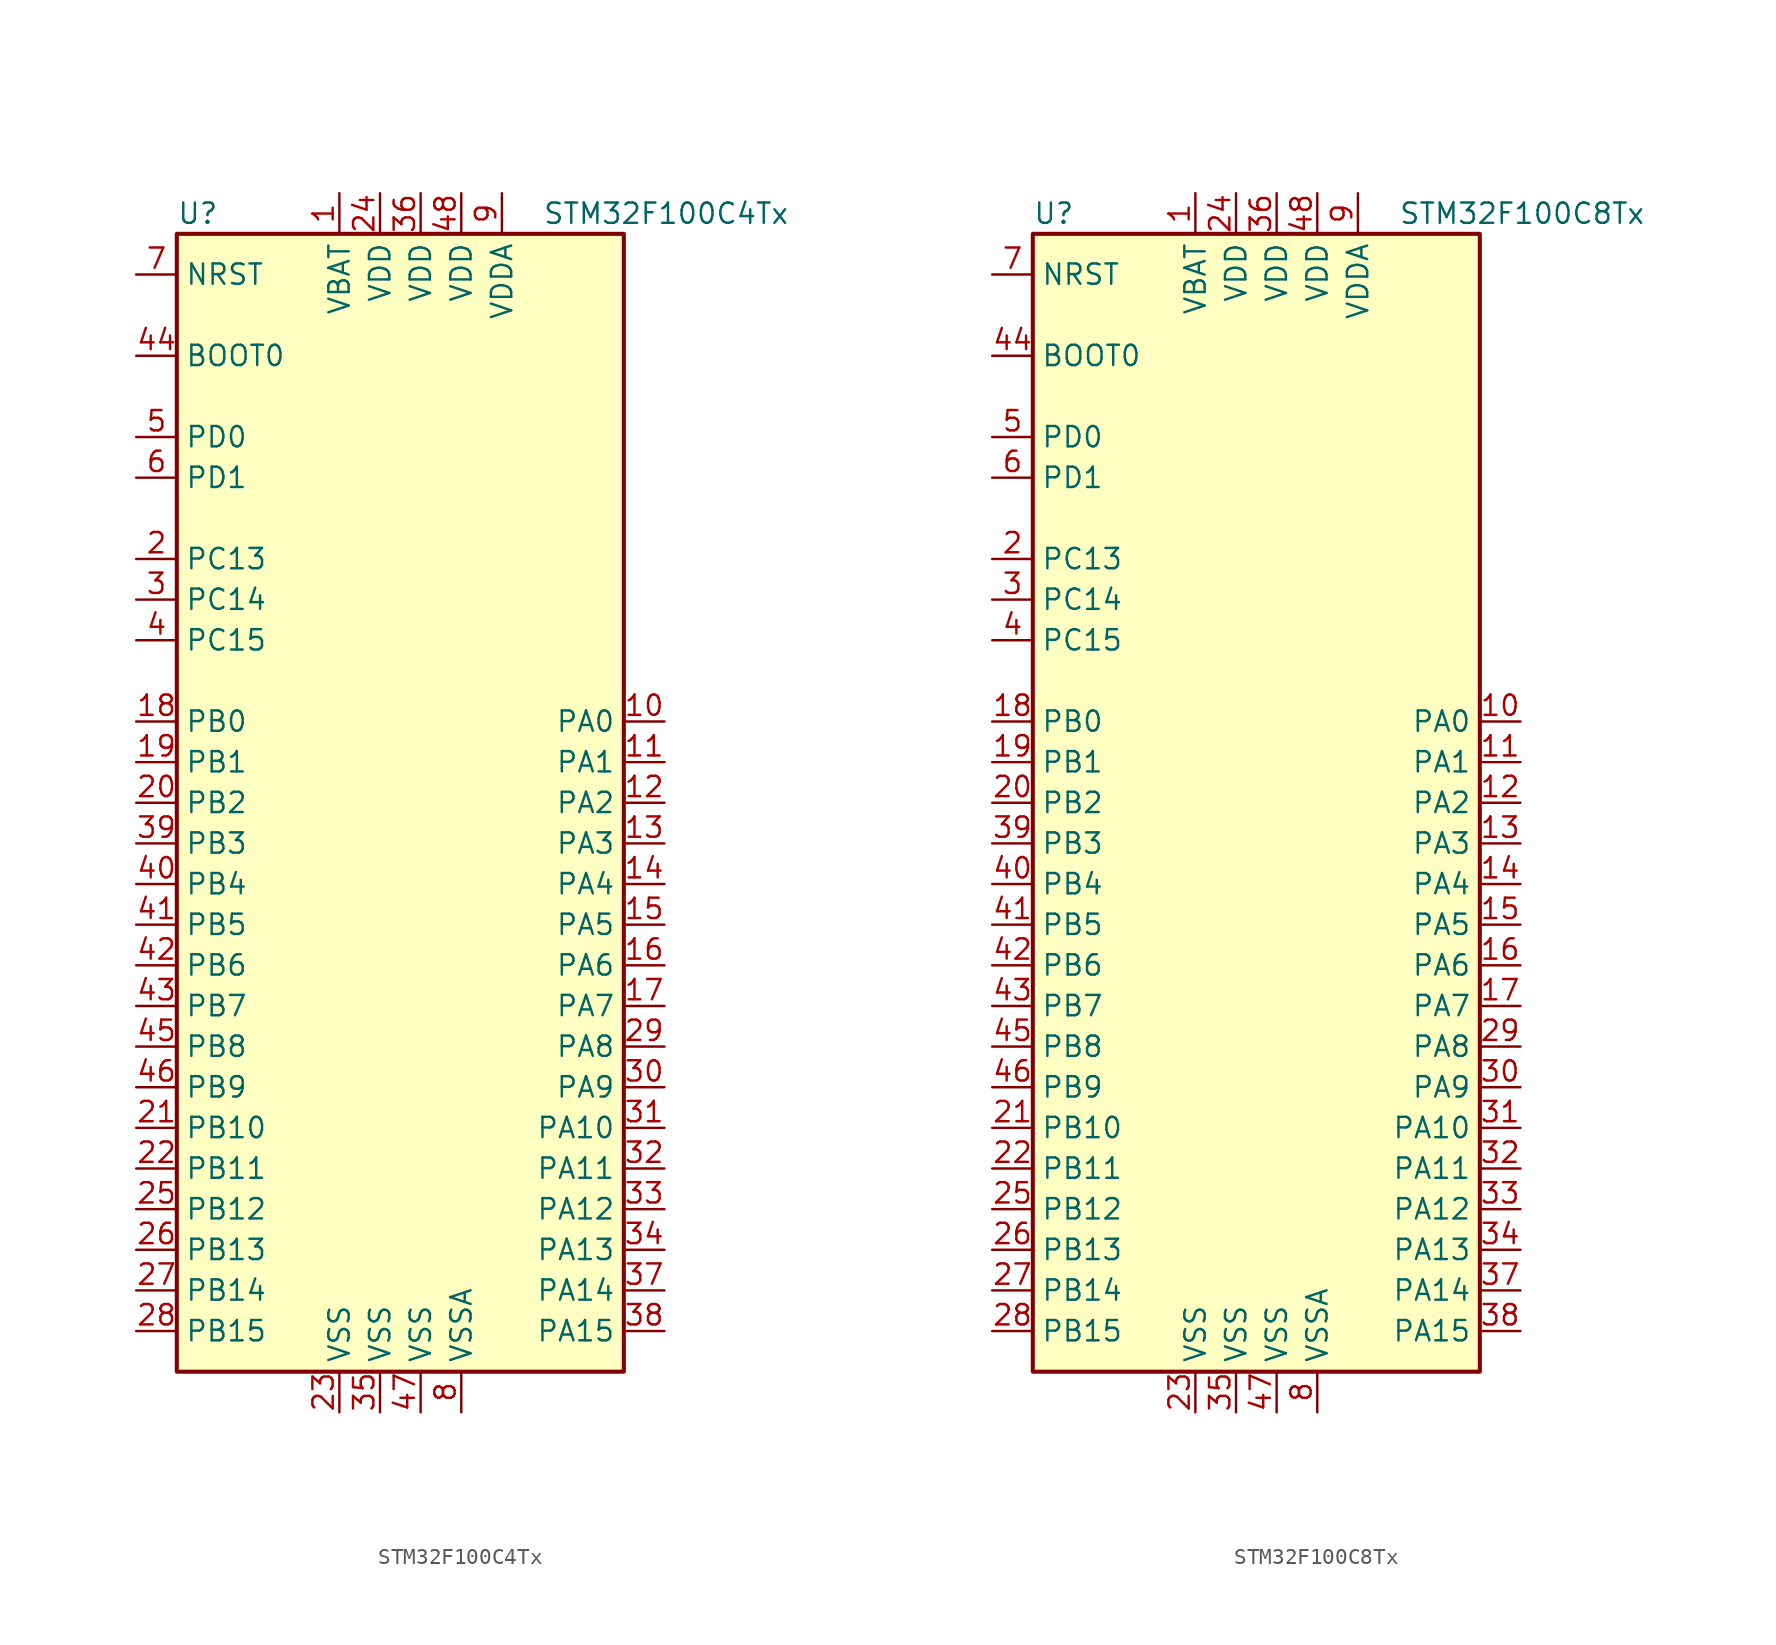
<source format=kicad_sym>
(kicad_symbol_lib
  (version 20201005)
  (generator kicad_symbol_editor)
  (symbol "STM32F100C4Tx"
    (property "Reference" "U"
      (at -15.24 36.83 0)
      (effects (font (size 1.27 1.27)) (justify left)))
    (property "Value" "STM32F100C4Tx"
      (at 7.62 36.83 0)
      (effects (font (size 1.27 1.27)) (justify left)))
    (symbol "STM32F100C4Tx_0_1"
      (rectangle (start -15.24 -35.56) (end 12.7 35.56) (stroke (width 0.254)) (fill (type background))))
    (symbol "STM32F100C4Tx_1_1"
      (pin input line (at -17.78 27.94 0) (length 2.54) (name "BOOT0" (effects (font (size 1.27 1.27)))) (number "44" (effects (font (size 1.27 1.27)))))
      (pin input line (at -17.78 33.02 0) (length 2.54) (name "NRST" (effects (font (size 1.27 1.27)))) (number "7" (effects (font (size 1.27 1.27)))))
      (pin bidirectional line (at 15.24 5.08 180) (length 2.54) (name "PA0" (effects (font (size 1.27 1.27)))) (number "10" (effects (font (size 1.27 1.27)))))
      (pin bidirectional line (at 15.24 2.54 180) (length 2.54) (name "PA1" (effects (font (size 1.27 1.27)))) (number "11" (effects (font (size 1.27 1.27)))))
      (pin bidirectional line (at 15.24 -20.32 180) (length 2.54) (name "PA10" (effects (font (size 1.27 1.27)))) (number "31" (effects (font (size 1.27 1.27)))))
      (pin bidirectional line (at 15.24 -22.86 180) (length 2.54) (name "PA11" (effects (font (size 1.27 1.27)))) (number "32" (effects (font (size 1.27 1.27)))))
      (pin bidirectional line (at 15.24 -25.4 180) (length 2.54) (name "PA12" (effects (font (size 1.27 1.27)))) (number "33" (effects (font (size 1.27 1.27)))))
      (pin bidirectional line (at 15.24 -27.94 180) (length 2.54) (name "PA13" (effects (font (size 1.27 1.27)))) (number "34" (effects (font (size 1.27 1.27)))))
      (pin bidirectional line (at 15.24 -30.48 180) (length 2.54) (name "PA14" (effects (font (size 1.27 1.27)))) (number "37" (effects (font (size 1.27 1.27)))))
      (pin bidirectional line (at 15.24 -33.02 180) (length 2.54) (name "PA15" (effects (font (size 1.27 1.27)))) (number "38" (effects (font (size 1.27 1.27)))))
      (pin bidirectional line (at 15.24 0 180) (length 2.54) (name "PA2" (effects (font (size 1.27 1.27)))) (number "12" (effects (font (size 1.27 1.27)))))
      (pin bidirectional line (at 15.24 -2.54 180) (length 2.54) (name "PA3" (effects (font (size 1.27 1.27)))) (number "13" (effects (font (size 1.27 1.27)))))
      (pin bidirectional line (at 15.24 -5.08 180) (length 2.54) (name "PA4" (effects (font (size 1.27 1.27)))) (number "14" (effects (font (size 1.27 1.27)))))
      (pin bidirectional line (at 15.24 -7.62 180) (length 2.54) (name "PA5" (effects (font (size 1.27 1.27)))) (number "15" (effects (font (size 1.27 1.27)))))
      (pin bidirectional line (at 15.24 -10.16 180) (length 2.54) (name "PA6" (effects (font (size 1.27 1.27)))) (number "16" (effects (font (size 1.27 1.27)))))
      (pin bidirectional line (at 15.24 -12.7 180) (length 2.54) (name "PA7" (effects (font (size 1.27 1.27)))) (number "17" (effects (font (size 1.27 1.27)))))
      (pin bidirectional line (at 15.24 -15.24 180) (length 2.54) (name "PA8" (effects (font (size 1.27 1.27)))) (number "29" (effects (font (size 1.27 1.27)))))
      (pin bidirectional line (at 15.24 -17.78 180) (length 2.54) (name "PA9" (effects (font (size 1.27 1.27)))) (number "30" (effects (font (size 1.27 1.27)))))
      (pin bidirectional line (at -17.78 5.08 0) (length 2.54) (name "PB0" (effects (font (size 1.27 1.27)))) (number "18" (effects (font (size 1.27 1.27)))))
      (pin bidirectional line (at -17.78 2.54 0) (length 2.54) (name "PB1" (effects (font (size 1.27 1.27)))) (number "19" (effects (font (size 1.27 1.27)))))
      (pin bidirectional line (at -17.78 -20.32 0) (length 2.54) (name "PB10" (effects (font (size 1.27 1.27)))) (number "21" (effects (font (size 1.27 1.27)))))
      (pin bidirectional line (at -17.78 -22.86 0) (length 2.54) (name "PB11" (effects (font (size 1.27 1.27)))) (number "22" (effects (font (size 1.27 1.27)))))
      (pin bidirectional line (at -17.78 -25.4 0) (length 2.54) (name "PB12" (effects (font (size 1.27 1.27)))) (number "25" (effects (font (size 1.27 1.27)))))
      (pin bidirectional line (at -17.78 -27.94 0) (length 2.54) (name "PB13" (effects (font (size 1.27 1.27)))) (number "26" (effects (font (size 1.27 1.27)))))
      (pin bidirectional line (at -17.78 -30.48 0) (length 2.54) (name "PB14" (effects (font (size 1.27 1.27)))) (number "27" (effects (font (size 1.27 1.27)))))
      (pin bidirectional line (at -17.78 -33.02 0) (length 2.54) (name "PB15" (effects (font (size 1.27 1.27)))) (number "28" (effects (font (size 1.27 1.27)))))
      (pin bidirectional line (at -17.78 0 0) (length 2.54) (name "PB2" (effects (font (size 1.27 1.27)))) (number "20" (effects (font (size 1.27 1.27)))))
      (pin bidirectional line (at -17.78 -2.54 0) (length 2.54) (name "PB3" (effects (font (size 1.27 1.27)))) (number "39" (effects (font (size 1.27 1.27)))))
      (pin bidirectional line (at -17.78 -5.08 0) (length 2.54) (name "PB4" (effects (font (size 1.27 1.27)))) (number "40" (effects (font (size 1.27 1.27)))))
      (pin bidirectional line (at -17.78 -7.62 0) (length 2.54) (name "PB5" (effects (font (size 1.27 1.27)))) (number "41" (effects (font (size 1.27 1.27)))))
      (pin bidirectional line (at -17.78 -10.16 0) (length 2.54) (name "PB6" (effects (font (size 1.27 1.27)))) (number "42" (effects (font (size 1.27 1.27)))))
      (pin bidirectional line (at -17.78 -12.7 0) (length 2.54) (name "PB7" (effects (font (size 1.27 1.27)))) (number "43" (effects (font (size 1.27 1.27)))))
      (pin bidirectional line (at -17.78 -15.24 0) (length 2.54) (name "PB8" (effects (font (size 1.27 1.27)))) (number "45" (effects (font (size 1.27 1.27)))))
      (pin bidirectional line (at -17.78 -17.78 0) (length 2.54) (name "PB9" (effects (font (size 1.27 1.27)))) (number "46" (effects (font (size 1.27 1.27)))))
      (pin bidirectional line (at -17.78 15.24 0) (length 2.54) (name "PC13" (effects (font (size 1.27 1.27)))) (number "2" (effects (font (size 1.27 1.27)))))
      (pin bidirectional line (at -17.78 12.7 0) (length 2.54) (name "PC14" (effects (font (size 1.27 1.27)))) (number "3" (effects (font (size 1.27 1.27)))))
      (pin bidirectional line (at -17.78 10.16 0) (length 2.54) (name "PC15" (effects (font (size 1.27 1.27)))) (number "4" (effects (font (size 1.27 1.27)))))
      (pin input line (at -17.78 22.86 0) (length 2.54) (name "PD0" (effects (font (size 1.27 1.27)))) (number "5" (effects (font (size 1.27 1.27)))))
      (pin input line (at -17.78 20.32 0) (length 2.54) (name "PD1" (effects (font (size 1.27 1.27)))) (number "6" (effects (font (size 1.27 1.27)))))
      (pin power_in line (at -5.08 38.1 270) (length 2.54) (name "VBAT" (effects (font (size 1.27 1.27)))) (number "1" (effects (font (size 1.27 1.27)))))
      (pin power_in line (at -2.54 38.1 270) (length 2.54) (name "VDD" (effects (font (size 1.27 1.27)))) (number "24" (effects (font (size 1.27 1.27)))))
      (pin power_in line (at 0 38.1 270) (length 2.54) (name "VDD" (effects (font (size 1.27 1.27)))) (number "36" (effects (font (size 1.27 1.27)))))
      (pin power_in line (at 2.54 38.1 270) (length 2.54) (name "VDD" (effects (font (size 1.27 1.27)))) (number "48" (effects (font (size 1.27 1.27)))))
      (pin power_in line (at 5.08 38.1 270) (length 2.54) (name "VDDA" (effects (font (size 1.27 1.27)))) (number "9" (effects (font (size 1.27 1.27)))))
      (pin power_in line (at -5.08 -38.1 90) (length 2.54) (name "VSS" (effects (font (size 1.27 1.27)))) (number "23" (effects (font (size 1.27 1.27)))))
      (pin power_in line (at -2.54 -38.1 90) (length 2.54) (name "VSS" (effects (font (size 1.27 1.27)))) (number "35" (effects (font (size 1.27 1.27)))))
      (pin power_in line (at 0 -38.1 90) (length 2.54) (name "VSS" (effects (font (size 1.27 1.27)))) (number "47" (effects (font (size 1.27 1.27)))))
      (pin power_in line (at 2.54 -38.1 90) (length 2.54) (name "VSSA" (effects (font (size 1.27 1.27)))) (number "8" (effects (font (size 1.27 1.27)))))))
  (symbol "STM32F100C8Tx"
    (property "Reference" "U"
      (at -15.24 36.83 0)
      (effects (font (size 1.27 1.27)) (justify left)))
    (property "Value" "STM32F100C8Tx"
      (at 7.62 36.83 0)
      (effects (font (size 1.27 1.27)) (justify left)))
    (symbol "STM32F100C8Tx_0_1"
      (rectangle (start -15.24 -35.56) (end 12.7 35.56) (stroke (width 0.254)) (fill (type background))))
    (symbol "STM32F100C8Tx_1_1"
      (pin input line (at -17.78 27.94 0) (length 2.54) (name "BOOT0" (effects (font (size 1.27 1.27)))) (number "44" (effects (font (size 1.27 1.27)))))
      (pin input line (at -17.78 33.02 0) (length 2.54) (name "NRST" (effects (font (size 1.27 1.27)))) (number "7" (effects (font (size 1.27 1.27)))))
      (pin bidirectional line (at 15.24 5.08 180) (length 2.54) (name "PA0" (effects (font (size 1.27 1.27)))) (number "10" (effects (font (size 1.27 1.27)))))
      (pin bidirectional line (at 15.24 2.54 180) (length 2.54) (name "PA1" (effects (font (size 1.27 1.27)))) (number "11" (effects (font (size 1.27 1.27)))))
      (pin bidirectional line (at 15.24 -20.32 180) (length 2.54) (name "PA10" (effects (font (size 1.27 1.27)))) (number "31" (effects (font (size 1.27 1.27)))))
      (pin bidirectional line (at 15.24 -22.86 180) (length 2.54) (name "PA11" (effects (font (size 1.27 1.27)))) (number "32" (effects (font (size 1.27 1.27)))))
      (pin bidirectional line (at 15.24 -25.4 180) (length 2.54) (name "PA12" (effects (font (size 1.27 1.27)))) (number "33" (effects (font (size 1.27 1.27)))))
      (pin bidirectional line (at 15.24 -27.94 180) (length 2.54) (name "PA13" (effects (font (size 1.27 1.27)))) (number "34" (effects (font (size 1.27 1.27)))))
      (pin bidirectional line (at 15.24 -30.48 180) (length 2.54) (name "PA14" (effects (font (size 1.27 1.27)))) (number "37" (effects (font (size 1.27 1.27)))))
      (pin bidirectional line (at 15.24 -33.02 180) (length 2.54) (name "PA15" (effects (font (size 1.27 1.27)))) (number "38" (effects (font (size 1.27 1.27)))))
      (pin bidirectional line (at 15.24 0 180) (length 2.54) (name "PA2" (effects (font (size 1.27 1.27)))) (number "12" (effects (font (size 1.27 1.27)))))
      (pin bidirectional line (at 15.24 -2.54 180) (length 2.54) (name "PA3" (effects (font (size 1.27 1.27)))) (number "13" (effects (font (size 1.27 1.27)))))
      (pin bidirectional line (at 15.24 -5.08 180) (length 2.54) (name "PA4" (effects (font (size 1.27 1.27)))) (number "14" (effects (font (size 1.27 1.27)))))
      (pin bidirectional line (at 15.24 -7.62 180) (length 2.54) (name "PA5" (effects (font (size 1.27 1.27)))) (number "15" (effects (font (size 1.27 1.27)))))
      (pin bidirectional line (at 15.24 -10.16 180) (length 2.54) (name "PA6" (effects (font (size 1.27 1.27)))) (number "16" (effects (font (size 1.27 1.27)))))
      (pin bidirectional line (at 15.24 -12.7 180) (length 2.54) (name "PA7" (effects (font (size 1.27 1.27)))) (number "17" (effects (font (size 1.27 1.27)))))
      (pin bidirectional line (at 15.24 -15.24 180) (length 2.54) (name "PA8" (effects (font (size 1.27 1.27)))) (number "29" (effects (font (size 1.27 1.27)))))
      (pin bidirectional line (at 15.24 -17.78 180) (length 2.54) (name "PA9" (effects (font (size 1.27 1.27)))) (number "30" (effects (font (size 1.27 1.27)))))
      (pin bidirectional line (at -17.78 5.08 0) (length 2.54) (name "PB0" (effects (font (size 1.27 1.27)))) (number "18" (effects (font (size 1.27 1.27)))))
      (pin bidirectional line (at -17.78 2.54 0) (length 2.54) (name "PB1" (effects (font (size 1.27 1.27)))) (number "19" (effects (font (size 1.27 1.27)))))
      (pin bidirectional line (at -17.78 -20.32 0) (length 2.54) (name "PB10" (effects (font (size 1.27 1.27)))) (number "21" (effects (font (size 1.27 1.27)))))
      (pin bidirectional line (at -17.78 -22.86 0) (length 2.54) (name "PB11" (effects (font (size 1.27 1.27)))) (number "22" (effects (font (size 1.27 1.27)))))
      (pin bidirectional line (at -17.78 -25.4 0) (length 2.54) (name "PB12" (effects (font (size 1.27 1.27)))) (number "25" (effects (font (size 1.27 1.27)))))
      (pin bidirectional line (at -17.78 -27.94 0) (length 2.54) (name "PB13" (effects (font (size 1.27 1.27)))) (number "26" (effects (font (size 1.27 1.27)))))
      (pin bidirectional line (at -17.78 -30.48 0) (length 2.54) (name "PB14" (effects (font (size 1.27 1.27)))) (number "27" (effects (font (size 1.27 1.27)))))
      (pin bidirectional line (at -17.78 -33.02 0) (length 2.54) (name "PB15" (effects (font (size 1.27 1.27)))) (number "28" (effects (font (size 1.27 1.27)))))
      (pin bidirectional line (at -17.78 0 0) (length 2.54) (name "PB2" (effects (font (size 1.27 1.27)))) (number "20" (effects (font (size 1.27 1.27)))))
      (pin bidirectional line (at -17.78 -2.54 0) (length 2.54) (name "PB3" (effects (font (size 1.27 1.27)))) (number "39" (effects (font (size 1.27 1.27)))))
      (pin bidirectional line (at -17.78 -5.08 0) (length 2.54) (name "PB4" (effects (font (size 1.27 1.27)))) (number "40" (effects (font (size 1.27 1.27)))))
      (pin bidirectional line (at -17.78 -7.62 0) (length 2.54) (name "PB5" (effects (font (size 1.27 1.27)))) (number "41" (effects (font (size 1.27 1.27)))))
      (pin bidirectional line (at -17.78 -10.16 0) (length 2.54) (name "PB6" (effects (font (size 1.27 1.27)))) (number "42" (effects (font (size 1.27 1.27)))))
      (pin bidirectional line (at -17.78 -12.7 0) (length 2.54) (name "PB7" (effects (font (size 1.27 1.27)))) (number "43" (effects (font (size 1.27 1.27)))))
      (pin bidirectional line (at -17.78 -15.24 0) (length 2.54) (name "PB8" (effects (font (size 1.27 1.27)))) (number "45" (effects (font (size 1.27 1.27)))))
      (pin bidirectional line (at -17.78 -17.78 0) (length 2.54) (name "PB9" (effects (font (size 1.27 1.27)))) (number "46" (effects (font (size 1.27 1.27)))))
      (pin bidirectional line (at -17.78 15.24 0) (length 2.54) (name "PC13" (effects (font (size 1.27 1.27)))) (number "2" (effects (font (size 1.27 1.27)))))
      (pin bidirectional line (at -17.78 12.7 0) (length 2.54) (name "PC14" (effects (font (size 1.27 1.27)))) (number "3" (effects (font (size 1.27 1.27)))))
      (pin bidirectional line (at -17.78 10.16 0) (length 2.54) (name "PC15" (effects (font (size 1.27 1.27)))) (number "4" (effects (font (size 1.27 1.27)))))
      (pin input line (at -17.78 22.86 0) (length 2.54) (name "PD0" (effects (font (size 1.27 1.27)))) (number "5" (effects (font (size 1.27 1.27)))))
      (pin input line (at -17.78 20.32 0) (length 2.54) (name "PD1" (effects (font (size 1.27 1.27)))) (number "6" (effects (font (size 1.27 1.27)))))
      (pin power_in line (at -5.08 38.1 270) (length 2.54) (name "VBAT" (effects (font (size 1.27 1.27)))) (number "1" (effects (font (size 1.27 1.27)))))
      (pin power_in line (at -2.54 38.1 270) (length 2.54) (name "VDD" (effects (font (size 1.27 1.27)))) (number "24" (effects (font (size 1.27 1.27)))))
      (pin power_in line (at 0 38.1 270) (length 2.54) (name "VDD" (effects (font (size 1.27 1.27)))) (number "36" (effects (font (size 1.27 1.27)))))
      (pin power_in line (at 2.54 38.1 270) (length 2.54) (name "VDD" (effects (font (size 1.27 1.27)))) (number "48" (effects (font (size 1.27 1.27)))))
      (pin power_in line (at 5.08 38.1 270) (length 2.54) (name "VDDA" (effects (font (size 1.27 1.27)))) (number "9" (effects (font (size 1.27 1.27)))))
      (pin power_in line (at -5.08 -38.1 90) (length 2.54) (name "VSS" (effects (font (size 1.27 1.27)))) (number "23" (effects (font (size 1.27 1.27)))))
      (pin power_in line (at -2.54 -38.1 90) (length 2.54) (name "VSS" (effects (font (size 1.27 1.27)))) (number "35" (effects (font (size 1.27 1.27)))))
      (pin power_in line (at 0 -38.1 90) (length 2.54) (name "VSS" (effects (font (size 1.27 1.27)))) (number "47" (effects (font (size 1.27 1.27)))))
      (pin power_in line (at 2.54 -38.1 90) (length 2.54) (name "VSSA" (effects (font (size 1.27 1.27)))) (number "8" (effects (font (size 1.27 1.27))))))))
</source>
